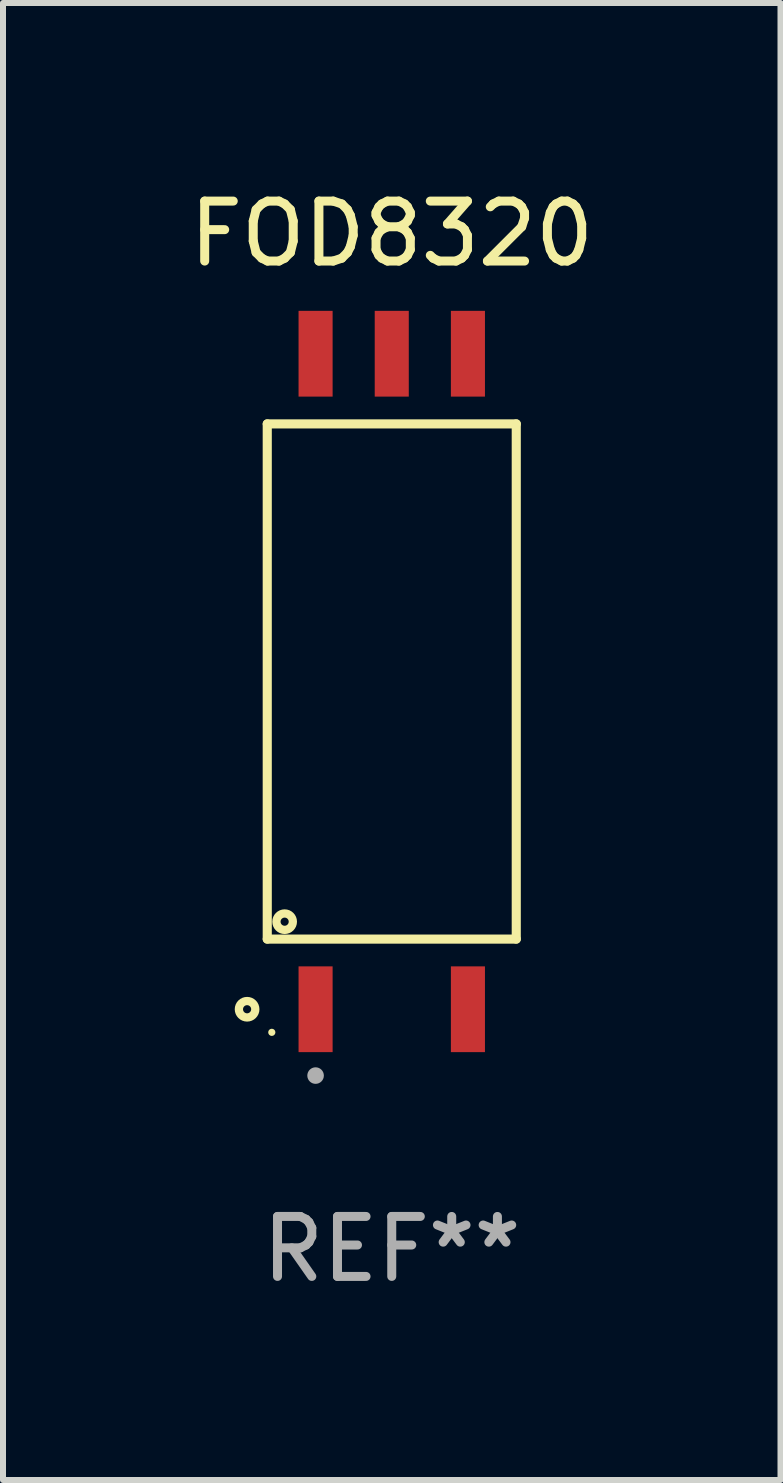
<source format=kicad_pcb>
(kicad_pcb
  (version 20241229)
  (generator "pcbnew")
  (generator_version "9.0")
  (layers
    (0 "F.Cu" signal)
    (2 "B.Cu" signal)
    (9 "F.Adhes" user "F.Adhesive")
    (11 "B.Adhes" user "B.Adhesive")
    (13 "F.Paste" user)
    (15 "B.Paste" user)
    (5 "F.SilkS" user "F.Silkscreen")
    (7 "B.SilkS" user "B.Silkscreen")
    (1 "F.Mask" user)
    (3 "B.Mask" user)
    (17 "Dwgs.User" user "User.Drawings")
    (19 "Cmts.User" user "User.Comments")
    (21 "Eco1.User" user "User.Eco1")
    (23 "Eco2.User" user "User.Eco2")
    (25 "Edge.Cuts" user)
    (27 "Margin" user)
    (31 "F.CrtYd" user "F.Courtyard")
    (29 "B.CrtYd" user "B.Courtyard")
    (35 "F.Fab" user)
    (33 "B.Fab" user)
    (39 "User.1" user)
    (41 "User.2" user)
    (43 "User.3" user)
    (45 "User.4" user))
  (footprint "FOD8320"
    (layer "F.Cu")
    (at 3.482 8.313)
    (property "Reference" "FOD8320" (at 0 -7.465 0) (layer "F.SilkS") (effects (font (size 1 1) (thickness 0.15))))
    (attr through_hole)
    (fp_line (start -2.076 -4.295) (end 2.076 -4.295) (stroke (width 0.152) (type solid)) (layer "F.SilkS"))
    (fp_line (start -2.076 4.295) (end -2.076 -4.295) (stroke (width 0.152) (type solid)) (layer "F.SilkS"))
    (fp_line (start 2.076 -4.295) (end 2.076 4.295) (stroke (width 0.152) (type solid)) (layer "F.SilkS"))
    (fp_line (start 2.076 4.295) (end -2.076 4.295) (stroke (width 0.152) (type solid)) (layer "F.SilkS"))
    (fp_circle (center -2.412 5.465) (end -2.344 5.465) (stroke (width 0.138) (type solid)) (fill no) (layer "F.SilkS"))
    (fp_circle (center -2 5.85) (end -1.97 5.85) (stroke (width 0.06) (type solid)) (fill no) (layer "F.SilkS"))
    (fp_circle (center -1.786 4.005) (end -1.718 4.005) (stroke (width 0.138) (type solid)) (fill no) (layer "F.SilkS"))
    (fp_circle (center -1.27 6.571) (end -1.201 6.571) (stroke (width 0.138) (type solid)) (fill no) (layer "F.Fab"))
    (fp_text user "REF**" (at 0 9.465 0) (layer "F.Fab") (effects (font (size 1 1) (thickness 0.15))))
    (pad "1" smd rect (at -1.27 5.465) (size 0.568 1.43) (layers "F.Cu" "F.Mask" "F.Paste"))
    (pad "3" smd rect (at 1.27 5.465) (size 0.568 1.43) (layers "F.Cu" "F.Mask" "F.Paste"))
    (pad "4" smd rect (at 1.27 -5.465) (size 0.568 1.43) (layers "F.Cu" "F.Mask" "F.Paste"))
    (pad "5" smd rect (at 0 -5.465) (size 0.568 1.43) (layers "F.Cu" "F.Mask" "F.Paste"))
    (pad "6" smd rect (at -1.27 -5.465) (size 0.568 1.43) (layers "F.Cu" "F.Mask" "F.Paste")))
  (gr_rect
    (start -3 -3)
    (end 9.964 21.627)
    (stroke (width 0.1) (type default))
    (fill no)
    (layer "Edge.Cuts")))
</source>
